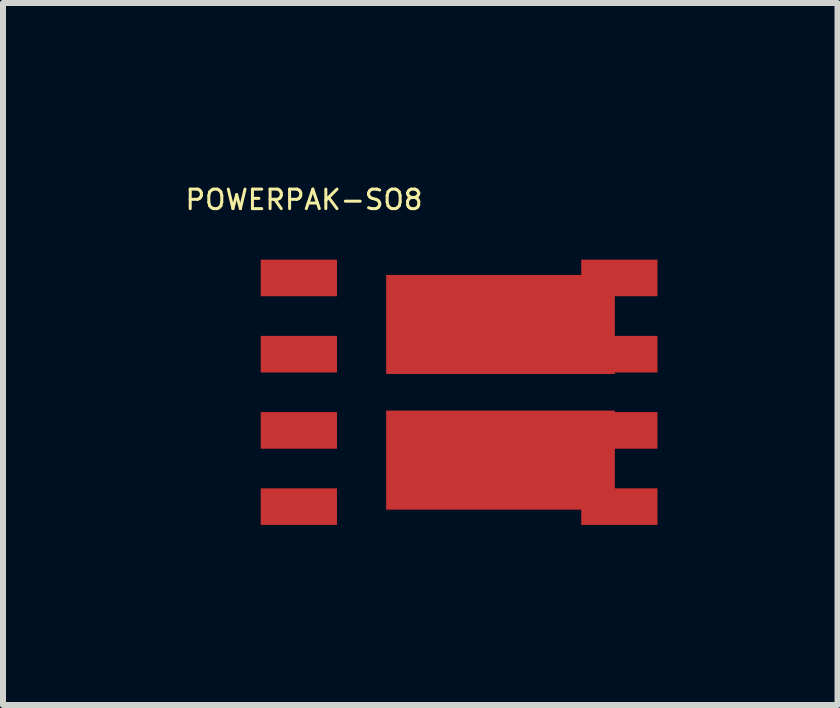
<source format=kicad_pcb>
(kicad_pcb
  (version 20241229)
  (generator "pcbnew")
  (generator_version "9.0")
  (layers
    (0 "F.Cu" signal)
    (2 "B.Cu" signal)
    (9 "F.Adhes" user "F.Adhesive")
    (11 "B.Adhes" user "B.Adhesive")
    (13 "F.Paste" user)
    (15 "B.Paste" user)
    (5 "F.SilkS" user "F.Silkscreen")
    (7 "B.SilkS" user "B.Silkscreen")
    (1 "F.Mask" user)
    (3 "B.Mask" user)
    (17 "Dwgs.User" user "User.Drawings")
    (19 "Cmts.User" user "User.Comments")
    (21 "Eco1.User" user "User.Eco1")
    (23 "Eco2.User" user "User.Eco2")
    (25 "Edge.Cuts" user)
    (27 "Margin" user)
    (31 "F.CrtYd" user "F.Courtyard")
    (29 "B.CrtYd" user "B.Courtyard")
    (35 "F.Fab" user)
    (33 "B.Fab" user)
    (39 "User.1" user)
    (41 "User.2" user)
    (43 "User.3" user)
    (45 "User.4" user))
  (footprint "POWERPAK-SO8"
    (layer "F.Cu")
    (at 4.599 3.486)
    (property "Reference" "POWERPAK-SO8" (at -2.584 -3.208 0) (layer "F.SilkS") (effects (font (size 0.325 0.325) (thickness 0.05))))
    (attr smd)
    (pad "1" smd rect (at -2.67 -1.905) (size 1.27 0.61) (layers "F.Cu" "F.Mask" "F.Paste"))
    (pad "2" smd rect (at -2.67 -0.635) (size 1.27 0.61) (layers "F.Cu" "F.Mask" "F.Paste"))
    (pad "3" smd rect (at -2.67 0.635) (size 1.27 0.61) (layers "F.Cu" "F.Mask" "F.Paste"))
    (pad "4" smd rect (at -2.67 1.905) (size 1.27 0.61) (layers "F.Cu" "F.Mask" "F.Paste"))
    (pad "5" smd rect (at 2.67 1.905) (size 1.27 0.61) (layers "F.Cu" "F.Mask" "F.Paste"))
    (pad "6" smd rect (at 2.67 0.635) (size 1.27 0.61) (layers "F.Cu" "F.Mask" "F.Paste"))
    (pad "7" smd rect (at 2.67 -0.635) (size 1.27 0.61) (layers "F.Cu" "F.Mask" "F.Paste"))
    (pad "8" smd rect (at 2.67 -1.905) (size 1.27 0.61) (layers "F.Cu" "F.Mask" "F.Paste"))
    (pad "9" smd rect (at 0.69 1.13) (size 3.81 1.65) (layers "F.Cu" "F.Mask" "F.Paste"))
    (pad "10" smd rect (at 0.69 -1.13) (size 3.81 1.65) (layers "F.Cu" "F.Mask" "F.Paste")))
  (gr_rect
    (start -3 -3)
    (end 10.904 8.696)
    (stroke (width 0.1) (type default))
    (fill no)
    (layer "Edge.Cuts")))
</source>
